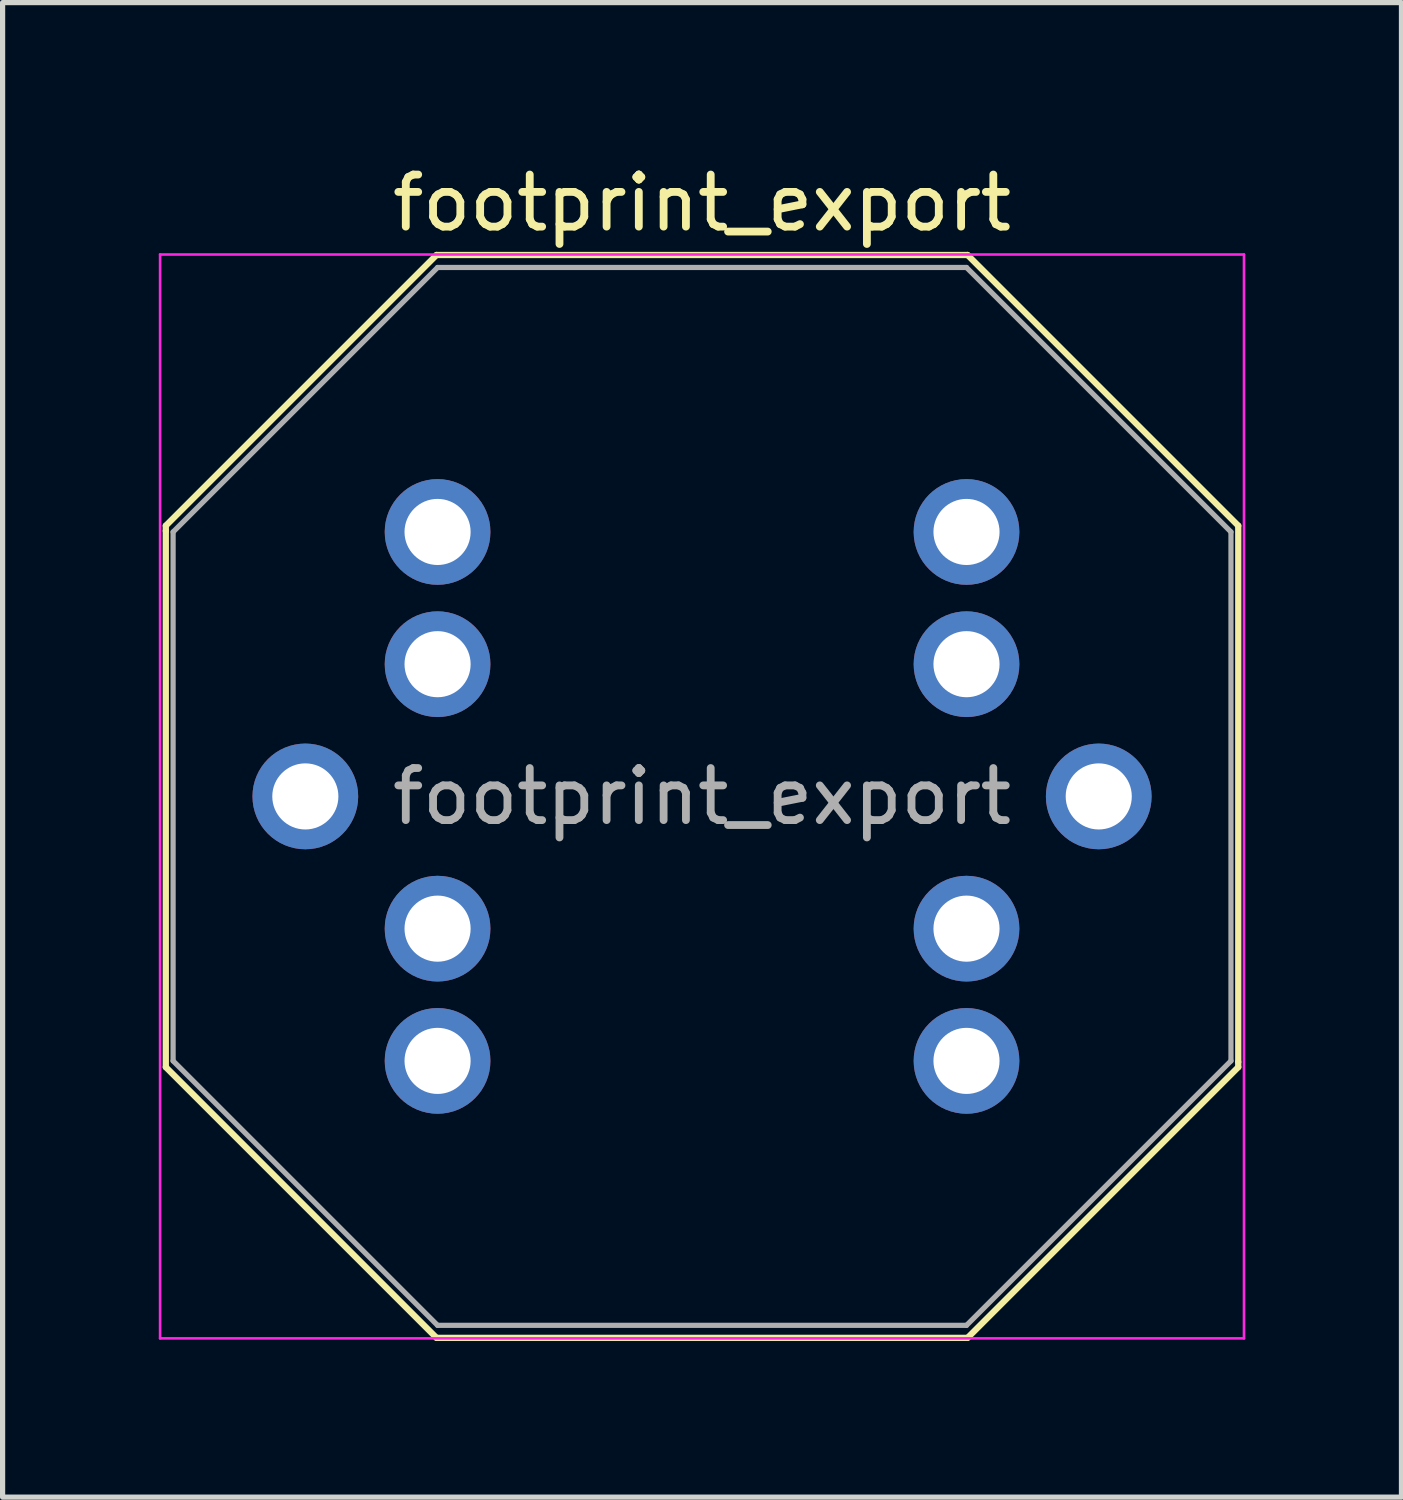
<source format=kicad_pcb>
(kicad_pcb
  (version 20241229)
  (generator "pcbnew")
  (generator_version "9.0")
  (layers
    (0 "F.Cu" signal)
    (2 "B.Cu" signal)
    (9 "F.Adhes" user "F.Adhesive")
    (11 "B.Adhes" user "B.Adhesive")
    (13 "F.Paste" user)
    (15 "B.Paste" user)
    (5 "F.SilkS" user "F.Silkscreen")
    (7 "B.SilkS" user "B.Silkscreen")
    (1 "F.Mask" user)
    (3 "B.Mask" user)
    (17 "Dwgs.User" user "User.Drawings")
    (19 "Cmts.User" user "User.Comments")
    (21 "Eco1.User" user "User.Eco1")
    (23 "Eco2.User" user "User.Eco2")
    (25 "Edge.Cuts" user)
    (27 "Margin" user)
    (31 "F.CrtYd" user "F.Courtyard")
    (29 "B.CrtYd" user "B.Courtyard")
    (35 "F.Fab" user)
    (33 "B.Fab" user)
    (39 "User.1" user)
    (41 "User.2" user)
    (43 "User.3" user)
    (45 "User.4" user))
  (footprint "footprint_export"
    (layer "F.Cu")
    (at 5.355 7.168)
    (property "Reference" "footprint_export" (at 5.08 -6.32 0) (layer "F.SilkS") (effects (font (size 1 1) (thickness 0.15))))
    (attr through_hole)
    (fp_line (start -5.22 -0.12) (end -0.02 -5.32) (stroke (width 0.12) (type solid)) (layer "F.SilkS"))
    (fp_line (start -5.22 -0.02) (end -5.22 -0.12) (stroke (width 0.12) (type solid)) (layer "F.SilkS"))
    (fp_line (start -5.22 10.28) (end -5.22 -0.02) (stroke (width 0.12) (type solid)) (layer "F.SilkS"))
    (fp_line (start -0.02 -5.32) (end 10.18 -5.32) (stroke (width 0.12) (type solid)) (layer "F.SilkS"))
    (fp_line (start -0.02 15.48) (end -5.22 10.28) (stroke (width 0.12) (type solid)) (layer "F.SilkS"))
    (fp_line (start 10.18 -5.32) (end 15.38 -0.12) (stroke (width 0.12) (type solid)) (layer "F.SilkS"))
    (fp_line (start 10.18 15.48) (end -0.02 15.48) (stroke (width 0.12) (type solid)) (layer "F.SilkS"))
    (fp_line (start 15.38 -0.12) (end 15.38 10.18) (stroke (width 0.12) (type solid)) (layer "F.SilkS"))
    (fp_line (start 15.38 10.18) (end 15.38 10.28) (stroke (width 0.12) (type solid)) (layer "F.SilkS"))
    (fp_line (start 15.38 10.28) (end 10.18 15.48) (stroke (width 0.12) (type solid)) (layer "F.SilkS"))
    (fp_line (start -5.33 -5.33) (end -5.33 15.49) (stroke (width 0.05) (type solid)) (layer "F.CrtYd"))
    (fp_line (start -5.33 -5.33) (end 15.49 -5.33) (stroke (width 0.05) (type solid)) (layer "F.CrtYd"))
    (fp_line (start 15.49 15.49) (end -5.33 15.49) (stroke (width 0.05) (type solid)) (layer "F.CrtYd"))
    (fp_line (start 15.49 15.49) (end 15.49 -5.33) (stroke (width 0.05) (type solid)) (layer "F.CrtYd"))
    (fp_line (start -5.08 0) (end -5.08 10.16) (stroke (width 0.1) (type solid)) (layer "F.Fab"))
    (fp_line (start -5.08 10.16) (end 0 15.24) (stroke (width 0.1) (type solid)) (layer "F.Fab"))
    (fp_line (start 0 -5.08) (end -5.08 0) (stroke (width 0.1) (type solid)) (layer "F.Fab"))
    (fp_line (start 0 15.24) (end 10.16 15.24) (stroke (width 0.1) (type solid)) (layer "F.Fab"))
    (fp_line (start 10.16 -5.08) (end 0 -5.08) (stroke (width 0.1) (type solid)) (layer "F.Fab"))
    (fp_line (start 10.16 15.24) (end 15.24 10.16) (stroke (width 0.1) (type solid)) (layer "F.Fab"))
    (fp_line (start 15.24 0) (end 10.16 -5.08) (stroke (width 0.1) (type solid)) (layer "F.Fab"))
    (fp_line (start 15.24 10.16) (end 15.24 0) (stroke (width 0.1) (type solid)) (layer "F.Fab"))
    (fp_text user "${REFERENCE}" (at 5.08 5.08 0) (layer "F.Fab") (effects (font (size 1 1) (thickness 0.15))))
    (pad "" thru_hole circle (at -2.54 5.08) (size 2.03 2.03) (drill 1.27) (layers "*.Cu" "*.Mask"))
    (pad "" thru_hole circle (at 12.7 5.08) (size 2.03 2.03) (drill 1.27) (layers "*.Cu" "*.Mask"))
    (pad "1" thru_hole circle (at 0 0) (size 2.03 2.03) (drill 1.27) (layers "*.Cu" "*.Mask"))
    (pad "1" thru_hole circle (at 0 2.54) (size 2.03 2.03) (drill 1.27) (layers "*.Cu" "*.Mask"))
    (pad "2" thru_hole circle (at 10.16 0) (size 2.03 2.03) (drill 1.27) (layers "*.Cu" "*.Mask"))
    (pad "2" thru_hole circle (at 10.16 2.54) (size 2.03 2.03) (drill 1.27) (layers "*.Cu" "*.Mask"))
    (pad "3" thru_hole circle (at 10.16 7.62) (size 2.03 2.03) (drill 1.27) (layers "*.Cu" "*.Mask"))
    (pad "3" thru_hole circle (at 10.16 10.16) (size 2.03 2.03) (drill 1.27) (layers "*.Cu" "*.Mask"))
    (pad "4" thru_hole circle (at 0 7.62) (size 2.03 2.03) (drill 1.27) (layers "*.Cu" "*.Mask"))
    (pad "4" thru_hole circle (at 0 10.16) (size 2.03 2.03) (drill 1.27) (layers "*.Cu" "*.Mask")))
  (gr_rect
    (start -3 -3)
    (end 23.87 25.708)
    (stroke (width 0.1) (type default))
    (fill no)
    (layer "Edge.Cuts")))
</source>
